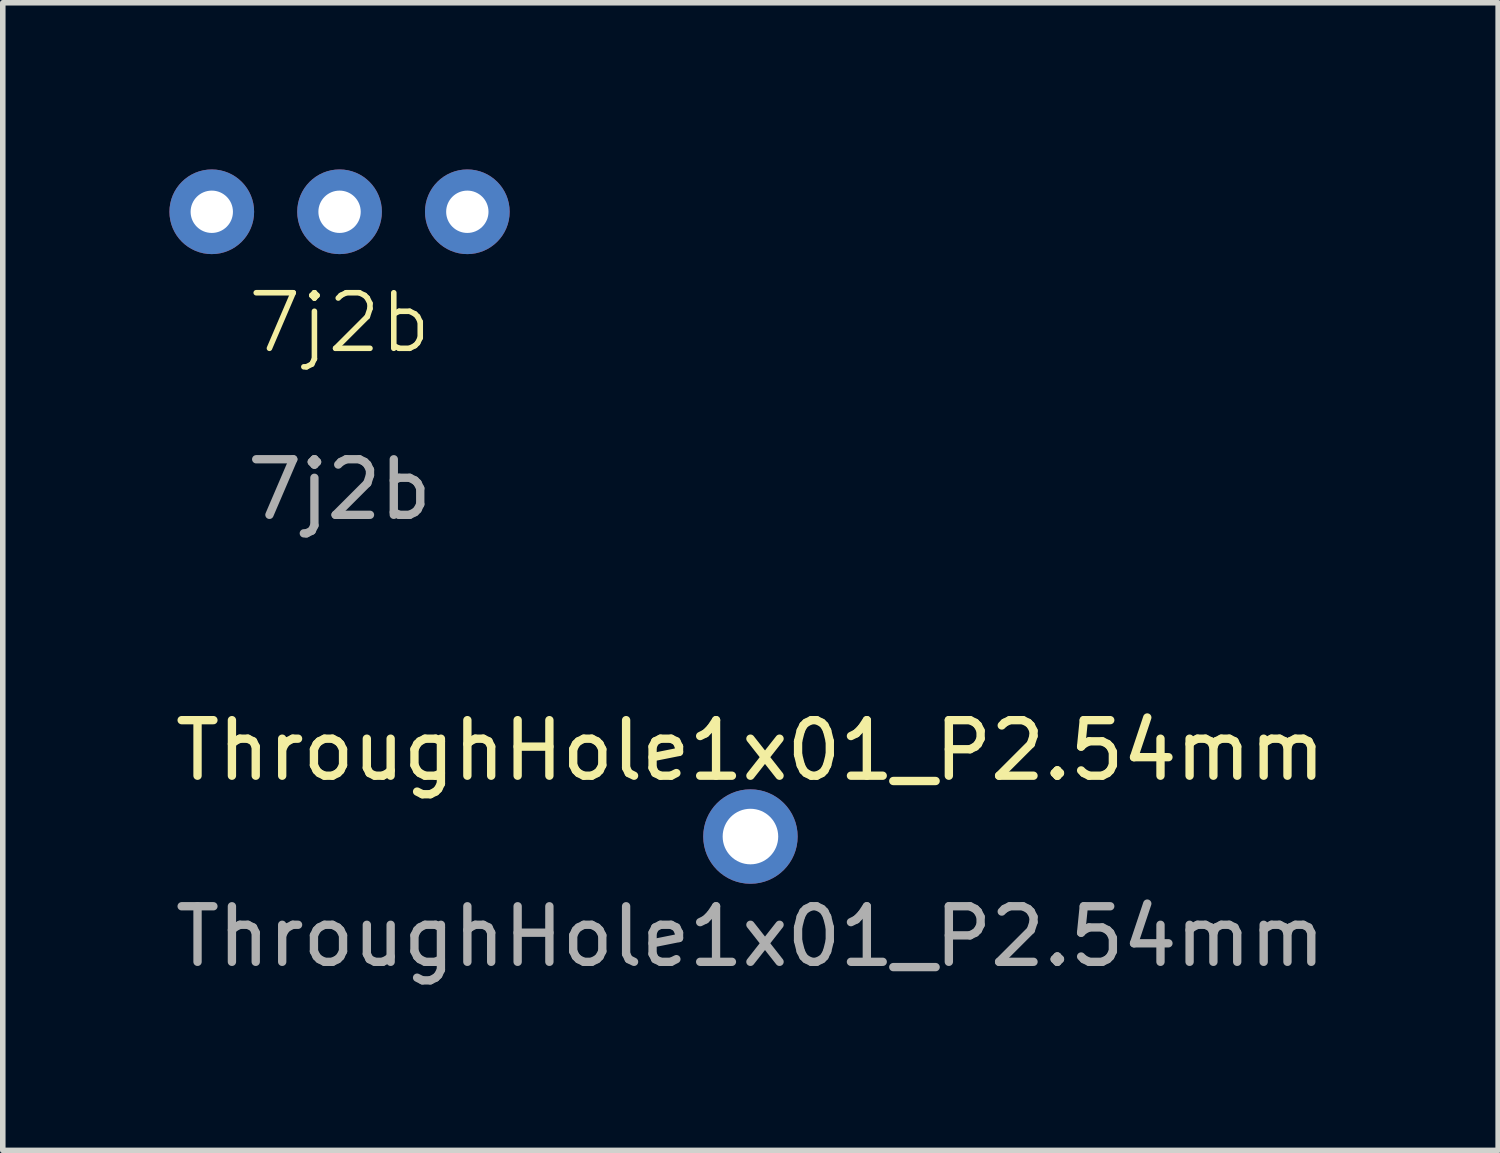
<source format=kicad_pcb>
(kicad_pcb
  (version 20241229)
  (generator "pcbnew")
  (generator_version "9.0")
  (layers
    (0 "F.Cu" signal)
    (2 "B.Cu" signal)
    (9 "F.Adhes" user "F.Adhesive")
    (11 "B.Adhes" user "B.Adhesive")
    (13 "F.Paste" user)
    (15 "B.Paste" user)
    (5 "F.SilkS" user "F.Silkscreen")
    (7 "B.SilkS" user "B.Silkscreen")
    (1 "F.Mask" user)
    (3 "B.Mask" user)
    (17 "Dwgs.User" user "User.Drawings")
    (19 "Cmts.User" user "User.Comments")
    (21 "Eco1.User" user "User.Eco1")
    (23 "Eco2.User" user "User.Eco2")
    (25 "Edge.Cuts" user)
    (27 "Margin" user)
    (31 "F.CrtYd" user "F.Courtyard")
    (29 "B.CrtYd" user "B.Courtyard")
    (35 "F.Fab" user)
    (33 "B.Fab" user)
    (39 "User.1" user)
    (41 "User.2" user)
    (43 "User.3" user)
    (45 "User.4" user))
  (footprint "ThroughHole1x01_P2.54mm"
    (layer "F.Cu")
    (at 10.458 12.008)
    (property "Reference" "ThroughHole1x01_P2.54mm" (at 0 -1.55 0) (layer "F.SilkS") (effects (font (size 1 1) (thickness 0.15))))
    (attr through_hole)
    (fp_text user "${REFERENCE}" (at 0 1.8 180) (layer "F.Fab") (effects (font (size 1 1) (thickness 0.15))))
    (pad "1" thru_hole oval (at 0 0) (size 1.7 1.7) (drill 1) (layers "*.Cu" "*.Mask")))
  (footprint "7j2b"
    (layer "F.Cu")
    (at 3.062 0.762)
    (property "Reference" "7j2b" (at 0 2 0) (unlocked yes) (layer "F.SilkS") (effects (font (size 1 1) (thickness 0.1))))
    (attr through_hole)
    (fp_text user "${REFERENCE}" (at 0 5 0) (unlocked yes) (layer "F.Fab") (effects (font (size 1 1) (thickness 0.15))))
    (pad "1" thru_hole circle (at -2.3 0) (size 1.524 1.524) (drill 0.762) (layers "*.Cu" "*.Mask"))
    (pad "2" thru_hole circle (at 0 0) (size 1.524 1.524) (drill 0.762) (layers "*.Cu" "*.Mask"))
    (pad "3" thru_hole circle (at 2.3 0) (size 1.524 1.524) (drill 0.762) (layers "*.Cu" "*.Mask")))
  (gr_rect
    (start -3 -3)
    (end 23.917 17.657)
    (stroke (width 0.1) (type default))
    (fill no)
    (layer "Edge.Cuts")))
</source>
